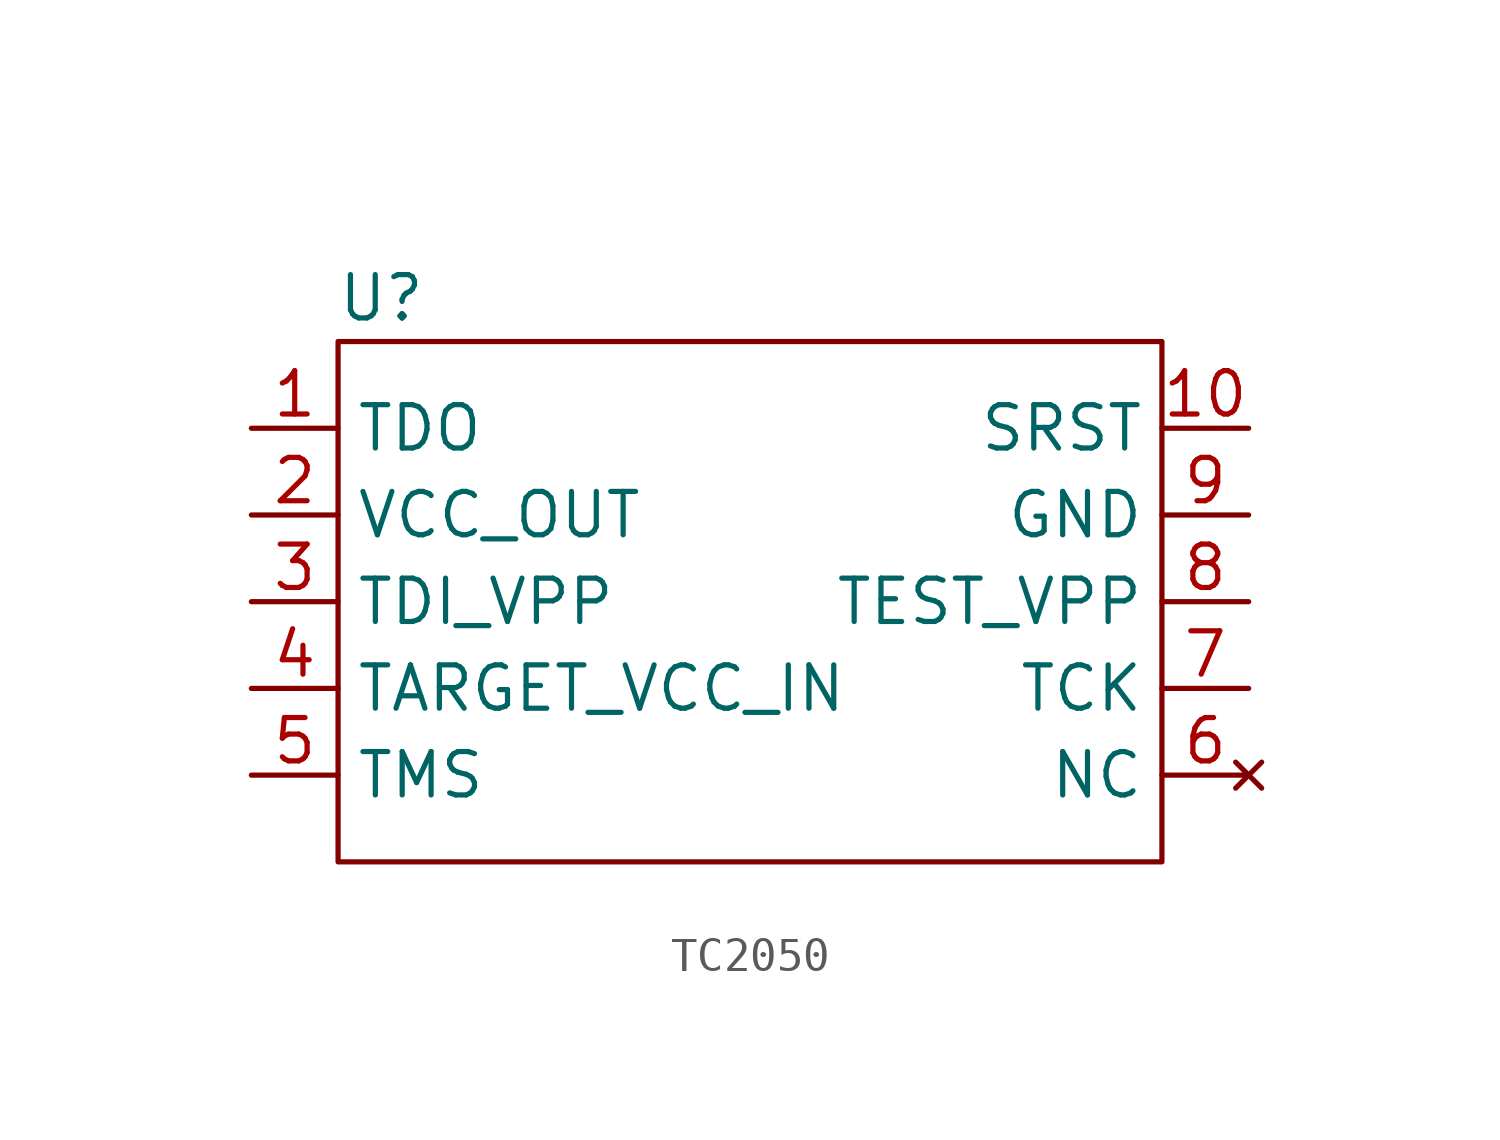
<source format=kicad_sym>
(kicad_symbol_lib
  (version 20220914)
  (generator kicad_symbol_editor)
  (symbol "TC2050"
    (property "Reference" "U"
      (at -8.89 10.16 0)
      (effects (font (size 1.27 1.27))))
    (property "Value" ""
      (at -6.35 12.7 0)
      (effects (font (size 1.27 1.27))))
    (symbol "TC2050_0_1"
      (rectangle (start -10.16 8.89) (end 13.97 -6.35) (stroke (width 0) (type default)) (fill (type none))))
    (symbol "TC2050_1_1"
      (pin input line (at -12.7 6.35 0) (length 2.54) (name "TDO" (effects (font (size 1.27 1.27)))) (number "1" (effects (font (size 1.27 1.27)))))
      (pin output line (at 16.51 6.35 180) (length 2.54) (name "SRST" (effects (font (size 1.27 1.27)))) (number "10" (effects (font (size 1.27 1.27)))))
      (pin power_in line (at -12.7 3.81 0) (length 2.54) (name "VCC_OUT" (effects (font (size 1.27 1.27)))) (number "2" (effects (font (size 1.27 1.27)))))
      (pin output line (at -12.7 1.27 0) (length 2.54) (name "TDI_VPP" (effects (font (size 1.27 1.27)))) (number "3" (effects (font (size 1.27 1.27)))))
      (pin power_in line (at -12.7 -1.27 0) (length 2.54) (name "TARGET_VCC_IN" (effects (font (size 1.27 1.27)))) (number "4" (effects (font (size 1.27 1.27)))))
      (pin output line (at -12.7 -3.81 0) (length 2.54) (name "TMS" (effects (font (size 1.27 1.27)))) (number "5" (effects (font (size 1.27 1.27)))))
      (pin no_connect line (at 16.51 -3.81 180) (length 2.54) (name "NC" (effects (font (size 1.27 1.27)))) (number "6" (effects (font (size 1.27 1.27)))))
      (pin output line (at 16.51 -1.27 180) (length 2.54) (name "TCK" (effects (font (size 1.27 1.27)))) (number "7" (effects (font (size 1.27 1.27)))))
      (pin power_in line (at 16.51 1.27 180) (length 2.54) (name "TEST_VPP" (effects (font (size 1.27 1.27)))) (number "8" (effects (font (size 1.27 1.27)))))
      (pin power_in line (at 16.51 3.81 180) (length 2.54) (name "GND" (effects (font (size 1.27 1.27)))) (number "9" (effects (font (size 1.27 1.27))))))))
</source>
